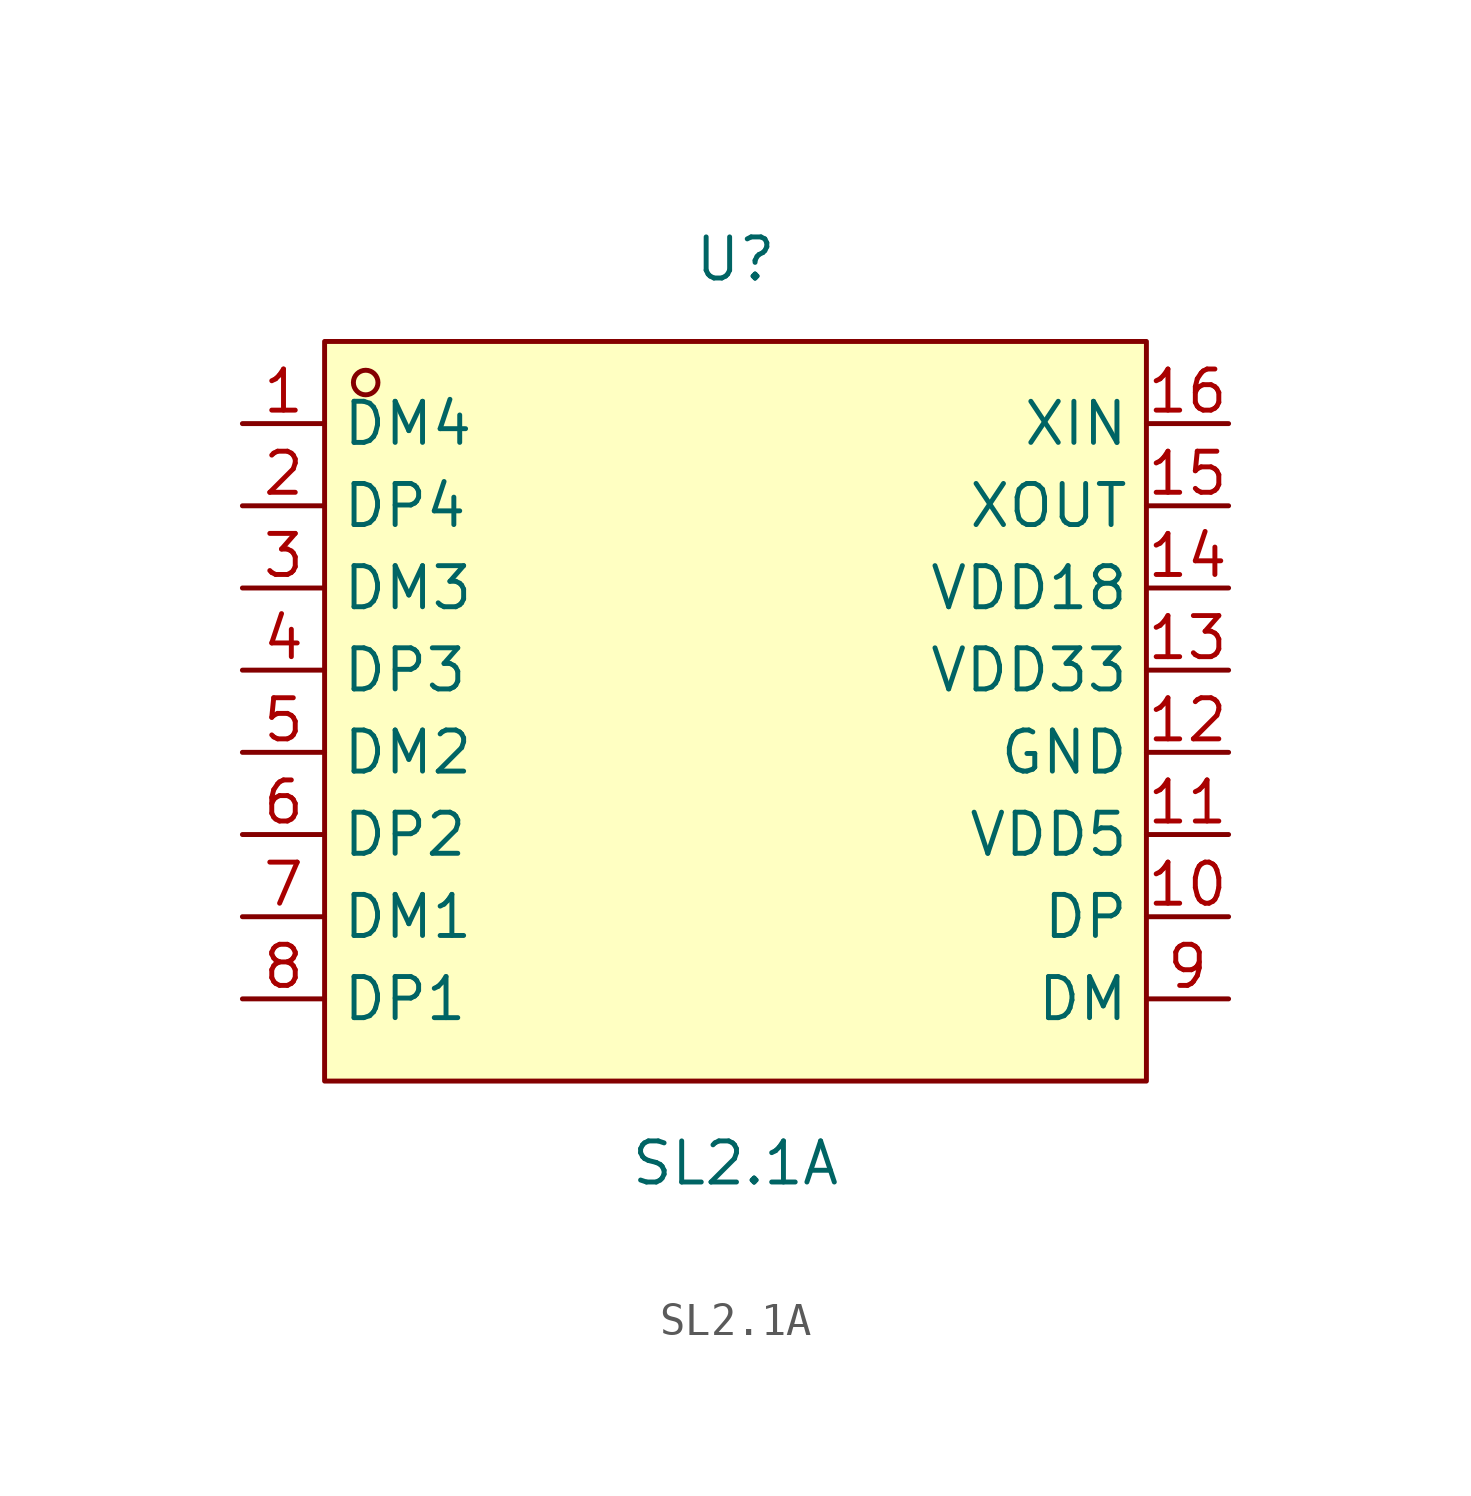
<source format=kicad_sym>
(kicad_symbol_lib
  (version 20231120)
  (generator "kicad_symbol_editor")
  (generator_version "8.0")
  (symbol "SL2.1A"
    (property "Reference" "U"
      (at 0 13.97 0)
      (effects (font (size 1.27 1.27))))
    (property "Value" "SL2.1A"
      (at 0 -13.97 0)
      (effects (font (size 1.27 1.27))))
    (symbol "SL2.1A_0_1"
      (rectangle (start -12.7 11.43) (end 12.7 -11.43) (stroke (width 0) (type default)) (fill (type background)))
      (circle (center -11.43 10.16) (radius 0.38) (stroke (width 0) (type default)) (fill (type none)))
      (pin bidirectional line (at -15.24 8.89 0) (length 2.54) (name "DM4" (effects (font (size 1.27 1.27)))) (number "1" (effects (font (size 1.27 1.27)))))
      (pin bidirectional line (at 15.24 -6.35 180) (length 2.54) (name "DP" (effects (font (size 1.27 1.27)))) (number "10" (effects (font (size 1.27 1.27)))))
      (pin power_in line (at 15.24 -3.81 180) (length 2.54) (name "VDD5" (effects (font (size 1.27 1.27)))) (number "11" (effects (font (size 1.27 1.27)))))
      (pin power_in line (at 15.24 -1.27 180) (length 2.54) (name "GND" (effects (font (size 1.27 1.27)))) (number "12" (effects (font (size 1.27 1.27)))))
      (pin power_in line (at 15.24 1.27 180) (length 2.54) (name "VDD33" (effects (font (size 1.27 1.27)))) (number "13" (effects (font (size 1.27 1.27)))))
      (pin power_in line (at 15.24 3.81 180) (length 2.54) (name "VDD18" (effects (font (size 1.27 1.27)))) (number "14" (effects (font (size 1.27 1.27)))))
      (pin output line (at 15.24 6.35 180) (length 2.54) (name "XOUT" (effects (font (size 1.27 1.27)))) (number "15" (effects (font (size 1.27 1.27)))))
      (pin input line (at 15.24 8.89 180) (length 2.54) (name "XIN" (effects (font (size 1.27 1.27)))) (number "16" (effects (font (size 1.27 1.27)))))
      (pin bidirectional line (at -15.24 6.35 0) (length 2.54) (name "DP4" (effects (font (size 1.27 1.27)))) (number "2" (effects (font (size 1.27 1.27)))))
      (pin bidirectional line (at -15.24 3.81 0) (length 2.54) (name "DM3" (effects (font (size 1.27 1.27)))) (number "3" (effects (font (size 1.27 1.27)))))
      (pin bidirectional line (at -15.24 1.27 0) (length 2.54) (name "DP3" (effects (font (size 1.27 1.27)))) (number "4" (effects (font (size 1.27 1.27)))))
      (pin bidirectional line (at -15.24 -1.27 0) (length 2.54) (name "DM2" (effects (font (size 1.27 1.27)))) (number "5" (effects (font (size 1.27 1.27)))))
      (pin bidirectional line (at -15.24 -3.81 0) (length 2.54) (name "DP2" (effects (font (size 1.27 1.27)))) (number "6" (effects (font (size 1.27 1.27)))))
      (pin bidirectional line (at -15.24 -6.35 0) (length 2.54) (name "DM1" (effects (font (size 1.27 1.27)))) (number "7" (effects (font (size 1.27 1.27)))))
      (pin bidirectional line (at -15.24 -8.89 0) (length 2.54) (name "DP1" (effects (font (size 1.27 1.27)))) (number "8" (effects (font (size 1.27 1.27)))))
      (pin bidirectional line (at 15.24 -8.89 180) (length 2.54) (name "DM" (effects (font (size 1.27 1.27)))) (number "9" (effects (font (size 1.27 1.27))))))))
</source>
